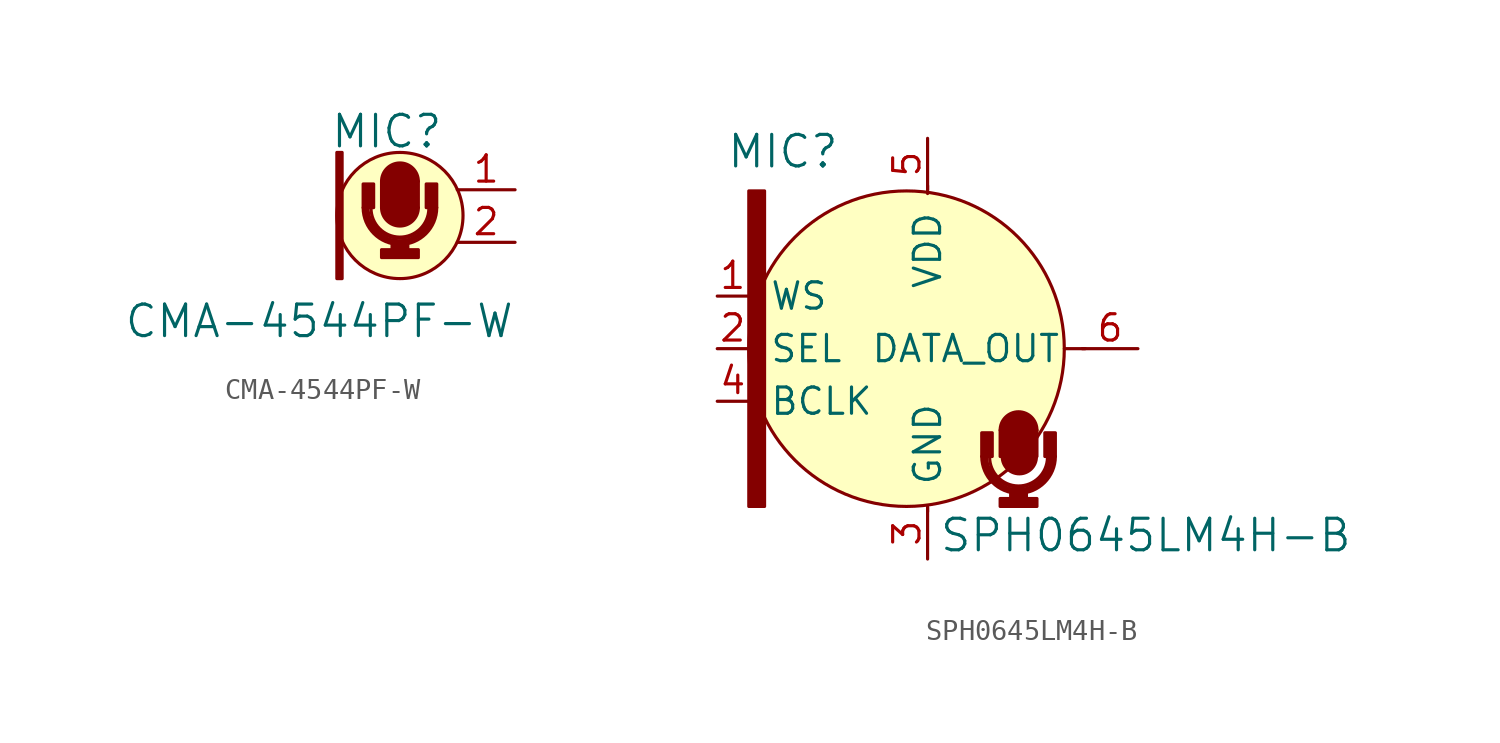
<source format=kicad_sym>
(kicad_symbol_lib
  (version 20231120)
  (generator "kicad_symbol_editor")
  (generator_version "8.0")
  (symbol "CMA-4544PF-W"
    (pin_names
      (offset 1.016))
    (property "Reference" "MIC"
      (at -1.118 2.819 0)
      (effects (font (size 1.524 1.524))))
    (property "Value" "CMA-4544PF-W"
      (at 5.08 -6.35 0)
      (effects (font (size 1.524 1.524)) (justify right)))
    (symbol "CMA-4544PF-W_0_1"
      (rectangle (start -3.277 -4.293) (end -3.531 1.803) (stroke (width 0) (type solid)) (fill (type outline)))
      (rectangle (start -2.261 -0.864) (end -1.753 0.279) (stroke (width 0) (type solid)) (fill (type outline)))
      (arc (start -2.2606 -0.8636) (mid -0.4826 -2.6416) (end 1.2954 -0.8636) (stroke (width 0) (type solid)) (fill (type none)))
      (arc (start -2.2098 -0.8636) (mid -0.4826 -2.54) (end 1.1938 -0.8128) (stroke (width 0) (type solid)) (fill (type none)))
      (arc (start -2.1082 -0.8636) (mid -0.5207 -2.4637) (end 1.0922 -0.889) (stroke (width 0) (type solid)) (fill (type none)))
      (arc (start -2.032 -0.8636) (mid -0.508 -2.3376) (end 1.016 -0.8636) (stroke (width 0) (type solid)) (fill (type none)))
      (arc (start -1.8796 -0.889) (mid -0.4953 -2.2859) (end 0.9144 -0.9144) (stroke (width 0) (type solid)) (fill (type none)))
      (rectangle (start -1.372 -2.896) (end 0.406 -3.277) (stroke (width 0) (type solid)) (fill (type outline)))
      (arc (start -1.3716 -0.8636) (mid -0.4826 -1.7526) (end 0.4064 -0.8636) (stroke (width 0) (type solid)) (fill (type outline)))
      (rectangle (start -1.372 0.406) (end 0.406 -0.864) (stroke (width 0) (type solid)) (fill (type outline)))
      (rectangle (start -0.864 -2.896) (end -0.102 -2.642) (stroke (width 0) (type solid)) (fill (type outline)))
      (circle (center -0.483 -1.245) (radius 3.048) (stroke (width 0) (type solid)) (fill (type background)))
      (arc (start 0.4064 0.4064) (mid -0.4826 1.2954) (end -1.3716 0.4064) (stroke (width 0) (type solid)) (fill (type outline)))
      (rectangle (start 1.295 -0.864) (end 0.787 0.279) (stroke (width 0) (type solid)) (fill (type outline))))
    (symbol "CMA-4544PF-W_1_1"
      (pin passive line (at 5.08 0 180) (length 2.794) (name "~" (effects (font (size 1.27 1.27)))) (number "1" (effects (font (size 1.27 1.27)))))
      (pin passive line (at 5.08 -2.54 180) (length 2.794) (name "~" (effects (font (size 1.27 1.27)))) (number "2" (effects (font (size 1.27 1.27)))))))
  (symbol "SPH0645LM4H-B"
    (pin_names
      (offset 1.016))
    (property "Reference" "MIC"
      (at -6.985 9.525 0)
      (effects (font (size 1.524 1.524))))
    (property "Value" "SPH0645LM4H-B"
      (at 10.541 -9.017 0)
      (effects (font (size 1.524 1.524))))
    (symbol "SPH0645LM4H-B_0_1"
      (rectangle (start -7.874 7.62) (end -8.636 -7.62) (stroke (width 0) (type solid)) (fill (type outline)))
      (circle (center -1.016 0) (radius 7.62) (stroke (width 0) (type solid)) (fill (type background)))
      (polyline (pts (xy 0 -7.62) (xy 0 -7.874)) (stroke (width 0) (type solid)) (fill (type none)))
      (polyline (pts (xy 0 7.493) (xy 0 7.874)) (stroke (width 0) (type solid)) (fill (type none)))
      (polyline (pts (xy 7.62 0) (xy 6.604 0)) (stroke (width 0) (type solid)) (fill (type none)))
      (rectangle (start 2.616 -5.207) (end 3.124 -4.064) (stroke (width 0) (type solid)) (fill (type outline)))
      (arc (start 2.6162 -5.207) (mid 4.3942 -6.985) (end 6.1722 -5.207) (stroke (width 0) (type solid)) (fill (type none)))
      (arc (start 2.667 -5.207) (mid 4.3942 -6.8834) (end 6.0706 -5.1562) (stroke (width 0) (type solid)) (fill (type none)))
      (arc (start 2.7686 -5.207) (mid 4.3561 -6.8071) (end 5.969 -5.2324) (stroke (width 0) (type solid)) (fill (type none)))
      (arc (start 2.8448 -5.207) (mid 4.3688 -6.681) (end 5.8928 -5.207) (stroke (width 0) (type solid)) (fill (type none)))
      (arc (start 2.9972 -5.2324) (mid 4.3815 -6.6293) (end 5.7912 -5.2578) (stroke (width 0) (type solid)) (fill (type none)))
      (rectangle (start 3.505 -7.239) (end 5.283 -7.62) (stroke (width 0) (type solid)) (fill (type outline)))
      (rectangle (start 3.505 -3.937) (end 5.283 -5.207) (stroke (width 0) (type solid)) (fill (type outline)))
      (arc (start 3.6068 -5.2324) (mid 4.4196 -6.0452) (end 5.2578 -5.2324) (stroke (width 0) (type solid)) (fill (type outline)))
      (rectangle (start 4.013 -7.239) (end 4.775 -6.985) (stroke (width 0) (type solid)) (fill (type outline)))
      (arc (start 5.2832 -3.937) (mid 4.3942 -3.048) (end 3.5052 -3.937) (stroke (width 0) (type solid)) (fill (type outline)))
      (rectangle (start 6.172 -5.207) (end 5.664 -4.064) (stroke (width 0) (type solid)) (fill (type outline))))
    (symbol "SPH0645LM4H-B_1_1"
      (pin input line (at -10.16 2.54 0) (length 1.499) (name "WS" (effects (font (size 1.27 1.27)))) (number "1" (effects (font (size 1.27 1.27)))))
      (pin input line (at -10.16 0 0) (length 1.499) (name "SEL" (effects (font (size 1.27 1.27)))) (number "2" (effects (font (size 1.27 1.27)))))
      (pin power_in line (at 0 -10.16 90) (length 2.489) (name "GND" (effects (font (size 1.27 1.27)))) (number "3" (effects (font (size 1.27 1.27)))))
      (pin input line (at -10.16 -2.54 0) (length 1.499) (name "BCLK" (effects (font (size 1.27 1.27)))) (number "4" (effects (font (size 1.27 1.27)))))
      (pin power_in line (at 0 10.16 270) (length 2.489) (name "VDD" (effects (font (size 1.27 1.27)))) (number "5" (effects (font (size 1.27 1.27)))))
      (pin output line (at 10.16 0 180) (length 2.692) (name "DATA_OUT" (effects (font (size 1.27 1.27)))) (number "6" (effects (font (size 1.27 1.27))))))))
</source>
